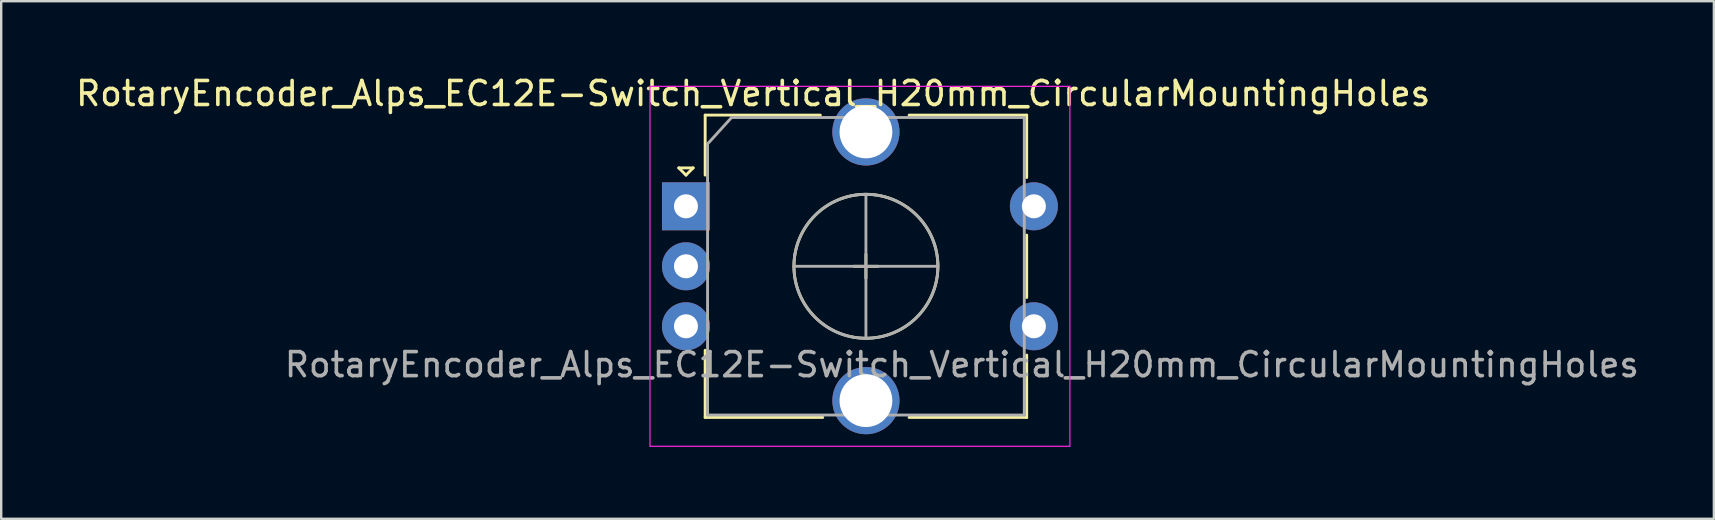
<source format=kicad_pcb>
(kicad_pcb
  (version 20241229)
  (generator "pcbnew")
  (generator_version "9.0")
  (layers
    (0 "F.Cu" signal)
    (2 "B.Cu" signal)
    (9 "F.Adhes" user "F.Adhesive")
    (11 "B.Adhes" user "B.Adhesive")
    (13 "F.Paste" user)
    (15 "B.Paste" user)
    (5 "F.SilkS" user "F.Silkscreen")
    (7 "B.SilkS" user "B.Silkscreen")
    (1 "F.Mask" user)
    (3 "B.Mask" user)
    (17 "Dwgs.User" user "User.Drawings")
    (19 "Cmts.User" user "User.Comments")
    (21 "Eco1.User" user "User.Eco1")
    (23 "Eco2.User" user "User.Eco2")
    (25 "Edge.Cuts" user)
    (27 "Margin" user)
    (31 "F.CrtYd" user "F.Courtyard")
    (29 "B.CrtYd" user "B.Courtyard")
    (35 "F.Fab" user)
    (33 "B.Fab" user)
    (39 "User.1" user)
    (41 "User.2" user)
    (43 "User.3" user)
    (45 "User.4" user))
  (footprint "RotaryEncoder_Alps_EC12E-Switch_Vertical_H20mm_CircularMountingHoles"
    (layer "F.Cu")
    (at 25.539 5.548)
    (property "Reference" "RotaryEncoder_Alps_EC12E-Switch_Vertical_H20mm_CircularMountingHoles" (at 2.8 -4.7 0) (layer "F.SilkS") (effects (font (size 1 1) (thickness 0.15))))
    (attr through_hole)
    (fp_line (start -0.3 -1.6) (end 0.3 -1.6) (stroke (width 0.12) (type solid)) (layer "F.SilkS"))
    (fp_line (start 0 -1.3) (end -0.3 -1.6) (stroke (width 0.12) (type solid)) (layer "F.SilkS"))
    (fp_line (start 0.3 -1.6) (end 0 -1.3) (stroke (width 0.12) (type solid)) (layer "F.SilkS"))
    (fp_line (start 0.8 -3.8) (end 0.8 -1.3) (stroke (width 0.12) (type solid)) (layer "F.SilkS"))
    (fp_line (start 0.8 8.8) (end 0.8 6) (stroke (width 0.12) (type solid)) (layer "F.SilkS"))
    (fp_line (start 5.6 -3.8) (end 0.8 -3.8) (stroke (width 0.12) (type solid)) (layer "F.SilkS"))
    (fp_line (start 5.7 8.8) (end 0.8 8.8) (stroke (width 0.12) (type solid)) (layer "F.SilkS"))
    (fp_line (start 7 2.5) (end 8 2.5) (stroke (width 0.12) (type solid)) (layer "F.SilkS"))
    (fp_line (start 7.5 2) (end 7.5 3) (stroke (width 0.12) (type solid)) (layer "F.SilkS"))
    (fp_line (start 9.3 -3.8) (end 14.2 -3.8) (stroke (width 0.12) (type solid)) (layer "F.SilkS"))
    (fp_line (start 14.2 -3.8) (end 14.2 -1.2) (stroke (width 0.12) (type solid)) (layer "F.SilkS"))
    (fp_line (start 14.2 1.2) (end 14.2 3.8) (stroke (width 0.12) (type solid)) (layer "F.SilkS"))
    (fp_line (start 14.2 6.2) (end 14.2 8.8) (stroke (width 0.12) (type solid)) (layer "F.SilkS"))
    (fp_line (start 14.2 8.8) (end 9.3 8.8) (stroke (width 0.12) (type solid)) (layer "F.SilkS"))
    (fp_circle (center 7.5 2.5) (end 10.5 2.5) (stroke (width 0.12) (type solid)) (fill no) (layer "F.SilkS"))
    (fp_line (start -1.5 -5) (end -1.5 10) (stroke (width 0.05) (type solid)) (layer "F.CrtYd"))
    (fp_line (start -1.5 -5) (end 16 -5) (stroke (width 0.05) (type solid)) (layer "F.CrtYd"))
    (fp_line (start 16 10) (end -1.5 10) (stroke (width 0.05) (type solid)) (layer "F.CrtYd"))
    (fp_line (start 16 10) (end 16 -5) (stroke (width 0.05) (type solid)) (layer "F.CrtYd"))
    (fp_line (start 0.9 -2.6) (end 1.9 -3.7) (stroke (width 0.12) (type solid)) (layer "F.Fab"))
    (fp_line (start 0.9 8.7) (end 0.9 -2.6) (stroke (width 0.12) (type solid)) (layer "F.Fab"))
    (fp_line (start 1.9 -3.7) (end 14.1 -3.7) (stroke (width 0.12) (type solid)) (layer "F.Fab"))
    (fp_line (start 4.5 2.5) (end 10.5 2.5) (stroke (width 0.12) (type solid)) (layer "F.Fab"))
    (fp_line (start 7.5 -0.5) (end 7.5 5.5) (stroke (width 0.12) (type solid)) (layer "F.Fab"))
    (fp_line (start 14.1 -3.7) (end 14.1 8.7) (stroke (width 0.12) (type solid)) (layer "F.Fab"))
    (fp_line (start 14.1 8.7) (end 0.9 8.7) (stroke (width 0.12) (type solid)) (layer "F.Fab"))
    (fp_circle (center 7.5 2.5) (end 10.5 2.5) (stroke (width 0.12) (type solid)) (fill no) (layer "F.Fab"))
    (fp_text user "${REFERENCE}" (at 11.5 6.6 0) (layer "F.Fab") (effects (font (size 1 1) (thickness 0.15))))
    (pad "A" thru_hole rect (at 0 0) (size 2 2) (drill 1) (layers "*.Cu" "*.Mask"))
    (pad "B" thru_hole circle (at 0 5) (size 2 2) (drill 1) (layers "*.Cu" "*.Mask"))
    (pad "C" thru_hole circle (at 0 2.5) (size 2 2) (drill 1) (layers "*.Cu" "*.Mask"))
    (pad "MP" thru_hole circle (at 7.5 -3.1) (size 2.8 2.8) (drill 2.2) (layers "*.Cu" "*.Mask"))
    (pad "MP" thru_hole circle (at 7.5 8.1) (size 2.8 2.8) (drill 2.2) (layers "*.Cu" "*.Mask"))
    (pad "S1" thru_hole circle (at 14.5 0) (size 2 2) (drill 1) (layers "*.Cu" "*.Mask"))
    (pad "S2" thru_hole circle (at 14.5 5) (size 2 2) (drill 1) (layers "*.Cu" "*.Mask")))
  (gr_rect
    (start -3 -3)
    (end 68.379 18.573)
    (stroke (width 0.1) (type default))
    (fill no)
    (layer "Edge.Cuts")))
</source>
